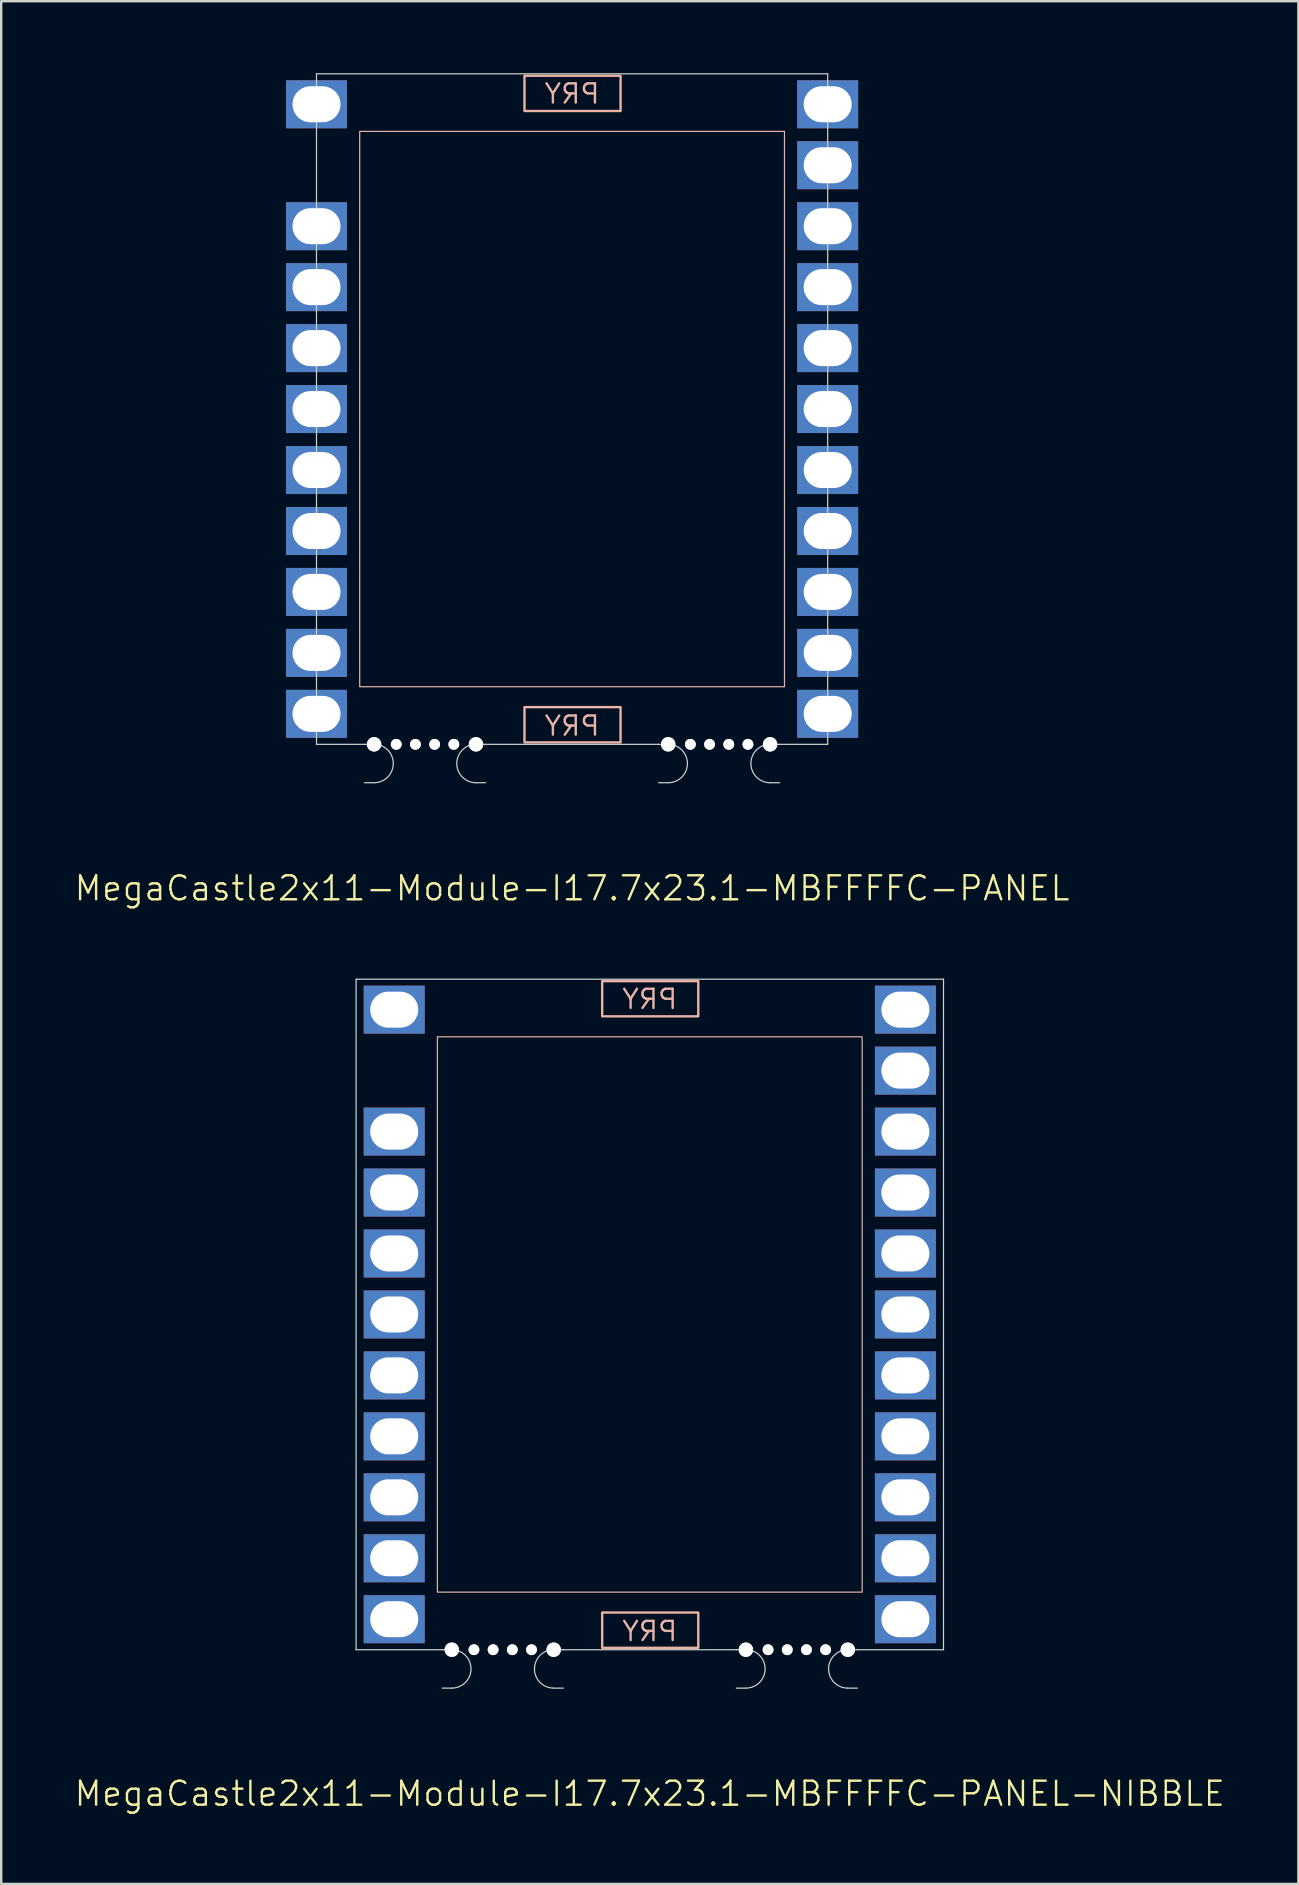
<source format=kicad_pcb>
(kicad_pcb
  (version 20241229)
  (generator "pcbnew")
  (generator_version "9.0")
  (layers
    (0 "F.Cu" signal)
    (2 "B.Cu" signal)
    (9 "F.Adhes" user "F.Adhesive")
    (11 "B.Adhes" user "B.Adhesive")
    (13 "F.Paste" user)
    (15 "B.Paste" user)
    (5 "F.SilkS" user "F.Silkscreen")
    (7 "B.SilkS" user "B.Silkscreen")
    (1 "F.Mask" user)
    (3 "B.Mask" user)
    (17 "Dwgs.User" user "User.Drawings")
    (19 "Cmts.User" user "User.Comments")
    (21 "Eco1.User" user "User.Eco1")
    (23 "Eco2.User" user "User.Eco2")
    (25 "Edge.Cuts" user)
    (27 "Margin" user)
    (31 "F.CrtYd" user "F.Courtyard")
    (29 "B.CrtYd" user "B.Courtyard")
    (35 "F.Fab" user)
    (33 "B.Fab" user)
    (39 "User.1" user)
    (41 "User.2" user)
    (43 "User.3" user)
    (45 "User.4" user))
  (footprint "MegaCastle2x11-Module-I17.7x23.1-MBFFFFC-PANEL"
    (layer "F.Cu")
    (at 20.788 13.995)
    (property "Reference" "MegaCastle2x11-Module-I17.7x23.1-MBFFFFC-PANEL" (at 0 19.97 0) (unlocked yes) (layer "F.SilkS") (effects (font (size 1 1) (thickness 0.1))))
    (attr smd)
    (fp_rect (start -8.85 11.57) (end 8.85 -11.57) (stroke (width 0.05) (type default)) (fill no) (layer "B.SilkS"))
    (fp_rect (start -1.984 -12.421) (end 2.02 -13.89) (stroke (width 0.1) (type default)) (fill no) (layer "B.SilkS"))
    (fp_rect (start -1.984 12.421) (end 2.02 13.89) (stroke (width 0.1) (type default)) (fill no) (layer "B.SilkS"))
    (fp_line (start -10.65 -13.97) (end -10.65 13.97) (stroke (width 0.05) (type default)) (layer "Edge.Cuts"))
    (fp_line (start -10.65 -13.97) (end 10.65 -13.97) (stroke (width 0.05) (type default)) (layer "Edge.Cuts"))
    (fp_line (start -10.65 13.97) (end -8.65 13.97) (stroke (width 0.05) (type default)) (layer "Edge.Cuts"))
    (fp_line (start -8.65 13.97) (end -8.25 13.97) (stroke (width 0.05) (type default)) (layer "Edge.Cuts"))
    (fp_line (start -8.65 15.57) (end -8.25 15.57) (stroke (width 0.05) (type default)) (layer "Edge.Cuts"))
    (fp_line (start -3.605 13.97) (end -4.005 13.97) (stroke (width 0.05) (type default)) (layer "Edge.Cuts"))
    (fp_line (start -3.605 13.97) (end 3.605 13.97) (stroke (width 0.05) (type default)) (layer "Edge.Cuts"))
    (fp_line (start -3.605 15.57) (end -4.005 15.57) (stroke (width 0.05) (type default)) (layer "Edge.Cuts"))
    (fp_line (start 3.605 13.97) (end 4.005 13.97) (stroke (width 0.05) (type default)) (layer "Edge.Cuts"))
    (fp_line (start 3.605 15.57) (end 4.005 15.57) (stroke (width 0.05) (type default)) (layer "Edge.Cuts"))
    (fp_line (start 8.65 13.97) (end 8.25 13.97) (stroke (width 0.05) (type default)) (layer "Edge.Cuts"))
    (fp_line (start 8.65 13.97) (end 10.65 13.97) (stroke (width 0.05) (type default)) (layer "Edge.Cuts"))
    (fp_line (start 8.65 15.57) (end 8.25 15.57) (stroke (width 0.05) (type default)) (layer "Edge.Cuts"))
    (fp_line (start 10.65 -13.97) (end 10.65 13.97) (stroke (width 0.05) (type default)) (layer "Edge.Cuts"))
    (fp_arc (start -8.25 13.97) (mid -7.45 14.77) (end -8.25 15.57) (stroke (width 0.05) (type default)) (layer "Edge.Cuts"))
    (fp_arc (start -4.005 15.57) (mid -4.805 14.77) (end -4.005 13.97) (stroke (width 0.05) (type default)) (layer "Edge.Cuts"))
    (fp_arc (start 4.005001 13.97) (mid 4.805001 14.77) (end 4.005001 15.57) (stroke (width 0.05) (type default)) (layer "Edge.Cuts"))
    (fp_arc (start 8.250001 15.57) (mid 7.45 14.77) (end 8.250001 13.97) (stroke (width 0.05) (type default)) (layer "Edge.Cuts"))
    (fp_text user "PRY" (at 0 -12.67 0) (unlocked yes) (layer "B.SilkS") (effects (font (size 0.8 0.8) (thickness 0.1)) (justify bottom mirror)))
    (fp_text user "PRY" (at 0 13.67 0) (unlocked yes) (layer "B.SilkS") (effects (font (size 0.8 0.8) (thickness 0.1)) (justify bottom mirror)))
    (pad "" np_thru_hole circle (at -8.25 13.97) (size 0.6 0.6) (drill 0.6) (layers "*.Cu" "Edge.Cuts"))
    (pad "" np_thru_hole circle (at -7.327 13.97) (size 0.45 0.45) (drill 0.45) (layers "*.Cu" "Edge.Cuts"))
    (pad "" np_thru_hole circle (at -6.528 13.97) (size 0.45 0.45) (drill 0.45) (layers "*.Cu" "Edge.Cuts"))
    (pad "" np_thru_hole circle (at -5.728 13.97) (size 0.45 0.45) (drill 0.45) (layers "*.Cu" "Edge.Cuts"))
    (pad "" np_thru_hole circle (at -4.928 13.97) (size 0.45 0.45) (drill 0.45) (layers "*.Cu" "Edge.Cuts"))
    (pad "" np_thru_hole circle (at -4.005 13.97) (size 0.6 0.6) (drill 0.6) (layers "*.Cu" "Edge.Cuts"))
    (pad "" np_thru_hole circle (at 4.005 13.97) (size 0.6 0.6) (drill 0.6) (layers "*.Cu" "Edge.Cuts"))
    (pad "" np_thru_hole circle (at 4.928 13.97) (size 0.45 0.45) (drill 0.45) (layers "*.Cu" "Edge.Cuts"))
    (pad "" np_thru_hole circle (at 5.728 13.97) (size 0.45 0.45) (drill 0.45) (layers "*.Cu" "Edge.Cuts"))
    (pad "" np_thru_hole circle (at 6.528 13.97) (size 0.45 0.45) (drill 0.45) (layers "*.Cu" "Edge.Cuts"))
    (pad "" np_thru_hole circle (at 7.327 13.97) (size 0.45 0.45) (drill 0.45) (layers "*.Cu" "Edge.Cuts"))
    (pad "" np_thru_hole circle (at 8.25 13.97) (size 0.6 0.6) (drill 0.6) (layers "*.Cu" "Edge.Cuts"))
    (pad "1" thru_hole rect (at -10.65 -12.7) (size 2.54 2) (drill oval 2 1.5) (property pad_prop_castellated) (layers "*.Cu" "*.Mask"))
    (pad "3" thru_hole rect (at -10.65 -7.62) (size 2.54 2) (drill oval 2 1.5) (property pad_prop_castellated) (layers "*.Cu" "*.Mask"))
    (pad "4" thru_hole rect (at -10.65 -5.08) (size 2.54 2) (drill oval 2 1.5) (property pad_prop_castellated) (layers "*.Cu" "*.Mask"))
    (pad "5" thru_hole rect (at -10.65 -2.54) (size 2.54 2) (drill oval 2 1.5) (property pad_prop_castellated) (layers "*.Cu" "*.Mask"))
    (pad "6" thru_hole rect (at -10.65 0) (size 2.54 2) (drill oval 2 1.5) (property pad_prop_castellated) (layers "*.Cu" "*.Mask"))
    (pad "7" thru_hole rect (at -10.65 2.54) (size 2.54 2) (drill oval 2 1.5) (property pad_prop_castellated) (layers "*.Cu" "*.Mask"))
    (pad "8" thru_hole rect (at -10.65 5.08) (size 2.54 2) (drill oval 2 1.5) (property pad_prop_castellated) (layers "*.Cu" "*.Mask"))
    (pad "9" thru_hole rect (at -10.65 7.62) (size 2.54 2) (drill oval 2 1.5) (property pad_prop_castellated) (layers "*.Cu" "*.Mask"))
    (pad "10" thru_hole rect (at -10.65 10.16) (size 2.54 2) (drill oval 2 1.5) (property pad_prop_castellated) (layers "*.Cu" "*.Mask"))
    (pad "11" thru_hole rect (at -10.65 12.7) (size 2.54 2) (drill oval 2 1.5) (property pad_prop_castellated) (layers "*.Cu" "*.Mask"))
    (pad "12" thru_hole rect (at 10.65 -12.7) (size 2.54 2) (drill oval 2 1.5) (property pad_prop_castellated) (layers "*.Cu" "*.Mask"))
    (pad "13" thru_hole rect (at 10.65 -10.16) (size 2.54 2) (drill oval 2 1.5) (property pad_prop_castellated) (layers "*.Cu" "*.Mask"))
    (pad "14" thru_hole rect (at 10.65 -7.62) (size 2.54 2) (drill oval 2 1.5) (property pad_prop_castellated) (layers "*.Cu" "*.Mask"))
    (pad "15" thru_hole rect (at 10.65 -5.08) (size 2.54 2) (drill oval 2 1.5) (property pad_prop_castellated) (layers "*.Cu" "*.Mask"))
    (pad "16" thru_hole rect (at 10.65 -2.54) (size 2.54 2) (drill oval 2 1.5) (property pad_prop_castellated) (layers "*.Cu" "*.Mask"))
    (pad "17" thru_hole rect (at 10.65 0) (size 2.54 2) (drill oval 2 1.5) (property pad_prop_castellated) (layers "*.Cu" "*.Mask"))
    (pad "18" thru_hole rect (at 10.65 2.54) (size 2.54 2) (drill oval 2 1.5) (property pad_prop_castellated) (layers "*.Cu" "*.Mask"))
    (pad "19" thru_hole rect (at 10.65 5.08) (size 2.54 2) (drill oval 2 1.5) (property pad_prop_castellated) (layers "*.Cu" "*.Mask"))
    (pad "20" thru_hole rect (at 10.65 7.62) (size 2.54 2) (drill oval 2 1.5) (property pad_prop_castellated) (layers "*.Cu" "*.Mask"))
    (pad "21" thru_hole rect (at 10.65 10.16) (size 2.54 2) (drill oval 2 1.5) (property pad_prop_castellated) (layers "*.Cu" "*.Mask"))
    (pad "22" thru_hole rect (at 10.65 12.7) (size 2.54 2) (drill oval 2 1.5) (property pad_prop_castellated) (layers "*.Cu" "*.Mask"))
    (zone (net_name "") (layer "B.Cu") (hatch edge 0.5) (connect_pads) (min_thickness 0.25) (filled_areas_thickness no) (keepout (tracks allowed) (vias allowed) (pads allowed) (copperpour allowed) (footprints not_allowed)) (placement (enabled no)) (fill) (polygon (pts (xy 10.138 27.965) (xy 10.138 0.025) (xy 11.938 0.025) (xy 11.938 27.965))))
    (zone (net_name "") (layer "B.Cu") (hatch edge 0.5) (connect_pads) (min_thickness 0.25) (filled_areas_thickness no) (keepout (tracks allowed) (vias allowed) (pads allowed) (copperpour allowed) (footprints not_allowed)) (placement (enabled no)) (fill) (polygon (pts (xy 11.938 0.025) (xy 11.938 2.425) (xy 29.638 2.425) (xy 29.638 0.025))))
    (zone (net_name "") (layer "B.Cu") (hatch edge 0.5) (connect_pads) (min_thickness 0.25) (filled_areas_thickness no) (keepout (tracks allowed) (vias allowed) (pads allowed) (copperpour allowed) (footprints not_allowed)) (placement (enabled no)) (fill) (polygon (pts (xy 11.938 27.965) (xy 11.938 25.565) (xy 29.638 25.565) (xy 29.638 27.965))))
    (zone (net_name "") (layer "B.Cu") (name "Upper Pry Zone") (hatch edge 0.5) (connect_pads) (min_thickness 0.25) (filled_areas_thickness no) (keepout (tracks not_allowed) (vias not_allowed) (pads not_allowed) (copperpour allowed) (footprints not_allowed)) (placement (enabled no)) (fill) (polygon (pts (xy 18.804 1.574) (xy 18.804 0.105) (xy 22.808 0.105) (xy 22.808 1.574))))
    (zone (net_name "") (layer "B.Cu") (name "Upper Pry Zone") (hatch edge 0.5) (connect_pads) (min_thickness 0.25) (filled_areas_thickness no) (keepout (tracks not_allowed) (vias not_allowed) (pads not_allowed) (copperpour allowed) (footprints not_allowed)) (placement (enabled no)) (fill) (polygon (pts (xy 18.804 26.416) (xy 18.804 27.885) (xy 22.808 27.885) (xy 22.808 26.416))))
    (zone (net_name "") (layer "B.Cu") (hatch edge 0.5) (connect_pads) (min_thickness 0.25) (filled_areas_thickness no) (keepout (tracks allowed) (vias allowed) (pads allowed) (copperpour allowed) (footprints not_allowed)) (placement (enabled no)) (fill) (polygon (pts (xy 31.438 27.965) (xy 31.438 0.025) (xy 29.638 0.025) (xy 29.638 27.965)))))
  (footprint "MegaCastle2x11-Module-I17.7x23.1-MBFFFFC-PANEL-NIBBLE"
    (layer "F.Cu")
    (at 24.026 51.721)
    (property "Reference" "MegaCastle2x11-Module-I17.7x23.1-MBFFFFC-PANEL-NIBBLE" (at 0 19.97 0) (unlocked yes) (layer "F.SilkS") (effects (font (size 1 1) (thickness 0.1))))
    (attr smd)
    (fp_rect (start -8.85 11.57) (end 8.85 -11.57) (stroke (width 0.05) (type default)) (fill no) (layer "B.SilkS"))
    (fp_rect (start -1.984 -12.421) (end 2.02 -13.89) (stroke (width 0.1) (type default)) (fill no) (layer "B.SilkS"))
    (fp_rect (start -1.984 12.421) (end 2.02 13.89) (stroke (width 0.1) (type default)) (fill no) (layer "B.SilkS"))
    (fp_line (start -12.238 -13.97) (end -12.238 13.97) (stroke (width 0.05) (type default)) (layer "Edge.Cuts"))
    (fp_line (start -12.238 -13.97) (end 12.238 -13.97) (stroke (width 0.05) (type default)) (layer "Edge.Cuts"))
    (fp_line (start -12.238 13.97) (end -8.65 13.97) (stroke (width 0.05) (type default)) (layer "Edge.Cuts"))
    (fp_line (start -8.65 13.97) (end -8.25 13.97) (stroke (width 0.05) (type default)) (layer "Edge.Cuts"))
    (fp_line (start -8.65 15.57) (end -8.25 15.57) (stroke (width 0.05) (type default)) (layer "Edge.Cuts"))
    (fp_line (start -3.605 13.97) (end -4.005 13.97) (stroke (width 0.05) (type default)) (layer "Edge.Cuts"))
    (fp_line (start -3.605 13.97) (end 3.605 13.97) (stroke (width 0.05) (type default)) (layer "Edge.Cuts"))
    (fp_line (start -3.605 15.57) (end -4.005 15.57) (stroke (width 0.05) (type default)) (layer "Edge.Cuts"))
    (fp_line (start 3.605 13.97) (end 4.005 13.97) (stroke (width 0.05) (type default)) (layer "Edge.Cuts"))
    (fp_line (start 3.605 15.57) (end 4.005 15.57) (stroke (width 0.05) (type default)) (layer "Edge.Cuts"))
    (fp_line (start 8.65 13.97) (end 8.25 13.97) (stroke (width 0.05) (type default)) (layer "Edge.Cuts"))
    (fp_line (start 8.65 13.97) (end 12.238 13.97) (stroke (width 0.05) (type default)) (layer "Edge.Cuts"))
    (fp_line (start 8.65 15.57) (end 8.25 15.57) (stroke (width 0.05) (type default)) (layer "Edge.Cuts"))
    (fp_line (start 12.238 -13.97) (end 12.238 13.97) (stroke (width 0.05) (type default)) (layer "Edge.Cuts"))
    (fp_arc (start -8.25 13.97) (mid -7.45 14.77) (end -8.25 15.57) (stroke (width 0.05) (type default)) (layer "Edge.Cuts"))
    (fp_arc (start -4.005 15.57) (mid -4.805 14.77) (end -4.005 13.97) (stroke (width 0.05) (type default)) (layer "Edge.Cuts"))
    (fp_arc (start 4.005001 13.97) (mid 4.805001 14.77) (end 4.005001 15.57) (stroke (width 0.05) (type default)) (layer "Edge.Cuts"))
    (fp_arc (start 8.250001 15.57) (mid 7.45 14.77) (end 8.250001 13.97) (stroke (width 0.05) (type default)) (layer "Edge.Cuts"))
    (fp_text user "PRY" (at 0 13.67 0) (unlocked yes) (layer "B.SilkS") (effects (font (size 0.8 0.8) (thickness 0.1)) (justify bottom mirror)))
    (fp_text user "PRY" (at 0 -12.67 0) (unlocked yes) (layer "B.SilkS") (effects (font (size 0.8 0.8) (thickness 0.1)) (justify bottom mirror)))
    (pad "" np_thru_hole circle (at -8.25 13.97) (size 0.6 0.6) (drill 0.6) (layers "*.Cu" "Edge.Cuts"))
    (pad "" np_thru_hole circle (at -7.327 13.97) (size 0.45 0.45) (drill 0.45) (layers "*.Cu" "Edge.Cuts"))
    (pad "" np_thru_hole circle (at -6.528 13.97) (size 0.45 0.45) (drill 0.45) (layers "*.Cu" "Edge.Cuts"))
    (pad "" np_thru_hole circle (at -5.728 13.97) (size 0.45 0.45) (drill 0.45) (layers "*.Cu" "Edge.Cuts"))
    (pad "" np_thru_hole circle (at -4.928 13.97) (size 0.45 0.45) (drill 0.45) (layers "*.Cu" "Edge.Cuts"))
    (pad "" np_thru_hole circle (at -4.005 13.97) (size 0.6 0.6) (drill 0.6) (layers "*.Cu" "Edge.Cuts"))
    (pad "" np_thru_hole circle (at 4.005 13.97) (size 0.6 0.6) (drill 0.6) (layers "*.Cu" "Edge.Cuts"))
    (pad "" np_thru_hole circle (at 4.928 13.97) (size 0.45 0.45) (drill 0.45) (layers "*.Cu" "Edge.Cuts"))
    (pad "" np_thru_hole circle (at 5.728 13.97) (size 0.45 0.45) (drill 0.45) (layers "*.Cu" "Edge.Cuts"))
    (pad "" np_thru_hole circle (at 6.528 13.97) (size 0.45 0.45) (drill 0.45) (layers "*.Cu" "Edge.Cuts"))
    (pad "" np_thru_hole circle (at 7.327 13.97) (size 0.45 0.45) (drill 0.45) (layers "*.Cu" "Edge.Cuts"))
    (pad "" np_thru_hole circle (at 8.25 13.97) (size 0.6 0.6) (drill 0.6) (layers "*.Cu" "Edge.Cuts"))
    (pad "1" thru_hole rect (at -10.65 -12.7) (size 2.54 2) (drill oval 2 1.5) (property pad_prop_castellated) (layers "*.Cu" "*.Mask"))
    (pad "3" thru_hole rect (at -10.65 -7.62) (size 2.54 2) (drill oval 2 1.5) (property pad_prop_castellated) (layers "*.Cu" "*.Mask"))
    (pad "4" thru_hole rect (at -10.65 -5.08) (size 2.54 2) (drill oval 2 1.5) (property pad_prop_castellated) (layers "*.Cu" "*.Mask"))
    (pad "5" thru_hole rect (at -10.65 -2.54) (size 2.54 2) (drill oval 2 1.5) (property pad_prop_castellated) (layers "*.Cu" "*.Mask"))
    (pad "6" thru_hole rect (at -10.65 0) (size 2.54 2) (drill oval 2 1.5) (property pad_prop_castellated) (layers "*.Cu" "*.Mask"))
    (pad "7" thru_hole rect (at -10.65 2.54) (size 2.54 2) (drill oval 2 1.5) (property pad_prop_castellated) (layers "*.Cu" "*.Mask"))
    (pad "8" thru_hole rect (at -10.65 5.08) (size 2.54 2) (drill oval 2 1.5) (property pad_prop_castellated) (layers "*.Cu" "*.Mask"))
    (pad "9" thru_hole rect (at -10.65 7.62) (size 2.54 2) (drill oval 2 1.5) (property pad_prop_castellated) (layers "*.Cu" "*.Mask"))
    (pad "10" thru_hole rect (at -10.65 10.16) (size 2.54 2) (drill oval 2 1.5) (property pad_prop_castellated) (layers "*.Cu" "*.Mask"))
    (pad "11" thru_hole rect (at -10.65 12.7) (size 2.54 2) (drill oval 2 1.5) (property pad_prop_castellated) (layers "*.Cu" "*.Mask"))
    (pad "12" thru_hole rect (at 10.65 -12.7) (size 2.54 2) (drill oval 2 1.5) (property pad_prop_castellated) (layers "*.Cu" "*.Mask"))
    (pad "13" thru_hole rect (at 10.65 -10.16) (size 2.54 2) (drill oval 2 1.5) (property pad_prop_castellated) (layers "*.Cu" "*.Mask"))
    (pad "14" thru_hole rect (at 10.65 -7.62) (size 2.54 2) (drill oval 2 1.5) (property pad_prop_castellated) (layers "*.Cu" "*.Mask"))
    (pad "15" thru_hole rect (at 10.65 -5.08) (size 2.54 2) (drill oval 2 1.5) (property pad_prop_castellated) (layers "*.Cu" "*.Mask"))
    (pad "16" thru_hole rect (at 10.65 -2.54) (size 2.54 2) (drill oval 2 1.5) (property pad_prop_castellated) (layers "*.Cu" "*.Mask"))
    (pad "17" thru_hole rect (at 10.65 0) (size 2.54 2) (drill oval 2 1.5) (property pad_prop_castellated) (layers "*.Cu" "*.Mask"))
    (pad "18" thru_hole rect (at 10.65 2.54) (size 2.54 2) (drill oval 2 1.5) (property pad_prop_castellated) (layers "*.Cu" "*.Mask"))
    (pad "19" thru_hole rect (at 10.65 5.08) (size 2.54 2) (drill oval 2 1.5) (property pad_prop_castellated) (layers "*.Cu" "*.Mask"))
    (pad "20" thru_hole rect (at 10.65 7.62) (size 2.54 2) (drill oval 2 1.5) (property pad_prop_castellated) (layers "*.Cu" "*.Mask"))
    (pad "21" thru_hole rect (at 10.65 10.16) (size 2.54 2) (drill oval 2 1.5) (property pad_prop_castellated) (layers "*.Cu" "*.Mask"))
    (pad "22" thru_hole rect (at 10.65 12.7) (size 2.54 2) (drill oval 2 1.5) (property pad_prop_castellated) (layers "*.Cu" "*.Mask"))
    (zone (net_name "") (layer "B.Cu") (hatch edge 0.5) (connect_pads) (min_thickness 0.25) (filled_areas_thickness no) (keepout (tracks allowed) (vias allowed) (pads allowed) (copperpour allowed) (footprints not_allowed)) (placement (enabled no)) (fill) (polygon (pts (xy 13.376 65.691) (xy 13.376 37.751) (xy 15.176 37.751) (xy 15.176 65.691))))
    (zone (net_name "") (layer "B.Cu") (hatch edge 0.5) (connect_pads) (min_thickness 0.25) (filled_areas_thickness no) (keepout (tracks allowed) (vias allowed) (pads allowed) (copperpour allowed) (footprints not_allowed)) (placement (enabled no)) (fill) (polygon (pts (xy 15.176 37.751) (xy 15.176 40.151) (xy 32.876 40.151) (xy 32.876 37.751))))
    (zone (net_name "") (layer "B.Cu") (hatch edge 0.5) (connect_pads) (min_thickness 0.25) (filled_areas_thickness no) (keepout (tracks allowed) (vias allowed) (pads allowed) (copperpour allowed) (footprints not_allowed)) (placement (enabled no)) (fill) (polygon (pts (xy 15.176 65.691) (xy 15.176 63.291) (xy 32.876 63.291) (xy 32.876 65.691))))
    (zone (net_name "") (layer "B.Cu") (name "Upper Pry Zone") (hatch edge 0.5) (connect_pads) (min_thickness 0.25) (filled_areas_thickness no) (keepout (tracks not_allowed) (vias not_allowed) (pads not_allowed) (copperpour allowed) (footprints not_allowed)) (placement (enabled no)) (fill) (polygon (pts (xy 22.042 39.299) (xy 22.042 37.831) (xy 26.046 37.831) (xy 26.046 39.299))))
    (zone (net_name "") (layer "B.Cu") (name "Upper Pry Zone") (hatch edge 0.5) (connect_pads) (min_thickness 0.25) (filled_areas_thickness no) (keepout (tracks not_allowed) (vias not_allowed) (pads not_allowed) (copperpour allowed) (footprints not_allowed)) (placement (enabled no)) (fill) (polygon (pts (xy 22.042 64.142) (xy 22.042 65.611) (xy 26.046 65.611) (xy 26.046 64.142))))
    (zone (net_name "") (layer "B.Cu") (hatch edge 0.5) (connect_pads) (min_thickness 0.25) (filled_areas_thickness no) (keepout (tracks allowed) (vias allowed) (pads allowed) (copperpour allowed) (footprints not_allowed)) (placement (enabled no)) (fill) (polygon (pts (xy 34.676 65.691) (xy 34.676 37.751) (xy 32.876 37.751) (xy 32.876 65.691)))))
  (gr_rect
    (start -3 -3)
    (end 51.052 75.451)
    (stroke (width 0.1) (type default))
    (fill no)
    (layer "Edge.Cuts")))
</source>
